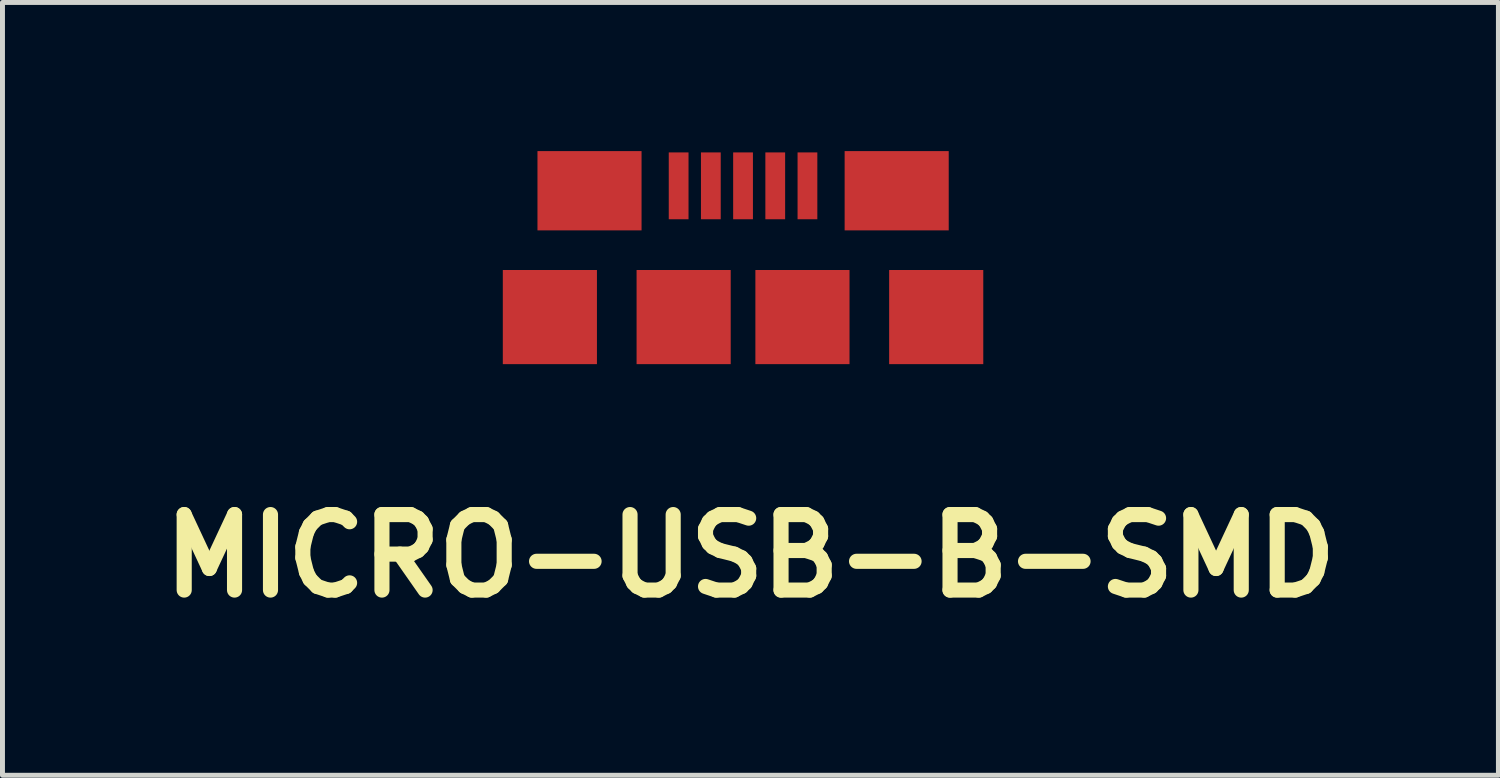
<source format=kicad_pcb>
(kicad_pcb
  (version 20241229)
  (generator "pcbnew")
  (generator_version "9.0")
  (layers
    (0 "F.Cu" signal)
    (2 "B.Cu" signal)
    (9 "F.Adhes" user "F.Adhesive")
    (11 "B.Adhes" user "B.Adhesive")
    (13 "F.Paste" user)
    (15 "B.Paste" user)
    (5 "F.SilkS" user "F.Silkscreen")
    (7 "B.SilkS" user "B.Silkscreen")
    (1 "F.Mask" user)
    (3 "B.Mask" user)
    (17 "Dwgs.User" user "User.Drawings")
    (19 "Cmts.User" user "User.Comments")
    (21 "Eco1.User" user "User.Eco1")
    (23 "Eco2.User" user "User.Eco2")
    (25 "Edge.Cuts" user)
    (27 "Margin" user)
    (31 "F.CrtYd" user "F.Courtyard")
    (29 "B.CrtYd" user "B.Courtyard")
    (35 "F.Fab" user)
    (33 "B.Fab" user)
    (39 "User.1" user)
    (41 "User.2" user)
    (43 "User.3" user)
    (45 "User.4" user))
  (footprint "MICRO-USB-B-SMD"
    (layer "F.Cu")
    (at 11.948 1.651)
    (property "Reference" "MICRO-USB-B-SMD" (at 0.15 6.52 0) (layer "F.SilkS") (effects (font (size 1.524 1.524) (thickness 0.305))))
    (attr through_hole)
    (pad "1" smd rect (at -1.3 -0.95) (size 0.399 1.349) (layers "F.Cu" "F.Mask" "F.Paste"))
    (pad "2" smd rect (at -0.65 -0.95) (size 0.399 1.349) (layers "F.Cu" "F.Mask" "F.Paste"))
    (pad "3" smd rect (at 0 -0.95) (size 0.399 1.349) (layers "F.Cu" "F.Mask" "F.Paste"))
    (pad "4" smd rect (at 0.65 -0.95) (size 0.399 1.349) (layers "F.Cu" "F.Mask" "F.Paste"))
    (pad "5" smd rect (at -3.899 1.699) (size 1.9 1.9) (layers "F.Cu" "F.Mask" "F.Paste"))
    (pad "5" smd rect (at -3.099 -0.851) (size 2.101 1.6) (layers "F.Cu" "F.Mask" "F.Paste"))
    (pad "5" smd rect (at -1.199 1.699) (size 1.9 1.9) (layers "F.Cu" "F.Mask" "F.Paste"))
    (pad "5" smd rect (at 1.199 1.699) (size 1.9 1.9) (layers "F.Cu" "F.Mask" "F.Paste"))
    (pad "5" smd rect (at 1.3 -0.95) (size 0.399 1.349) (layers "F.Cu" "F.Mask" "F.Paste"))
    (pad "5" smd rect (at 3.101 -0.851) (size 2.101 1.6) (layers "F.Cu" "F.Mask" "F.Paste"))
    (pad "5" smd rect (at 3.899 1.699) (size 1.9 1.9) (layers "F.Cu" "F.Mask" "F.Paste")))
  (gr_rect
    (start -3 -3)
    (end 27.195 12.598)
    (stroke (width 0.1) (type default))
    (fill no)
    (layer "Edge.Cuts")))
</source>
